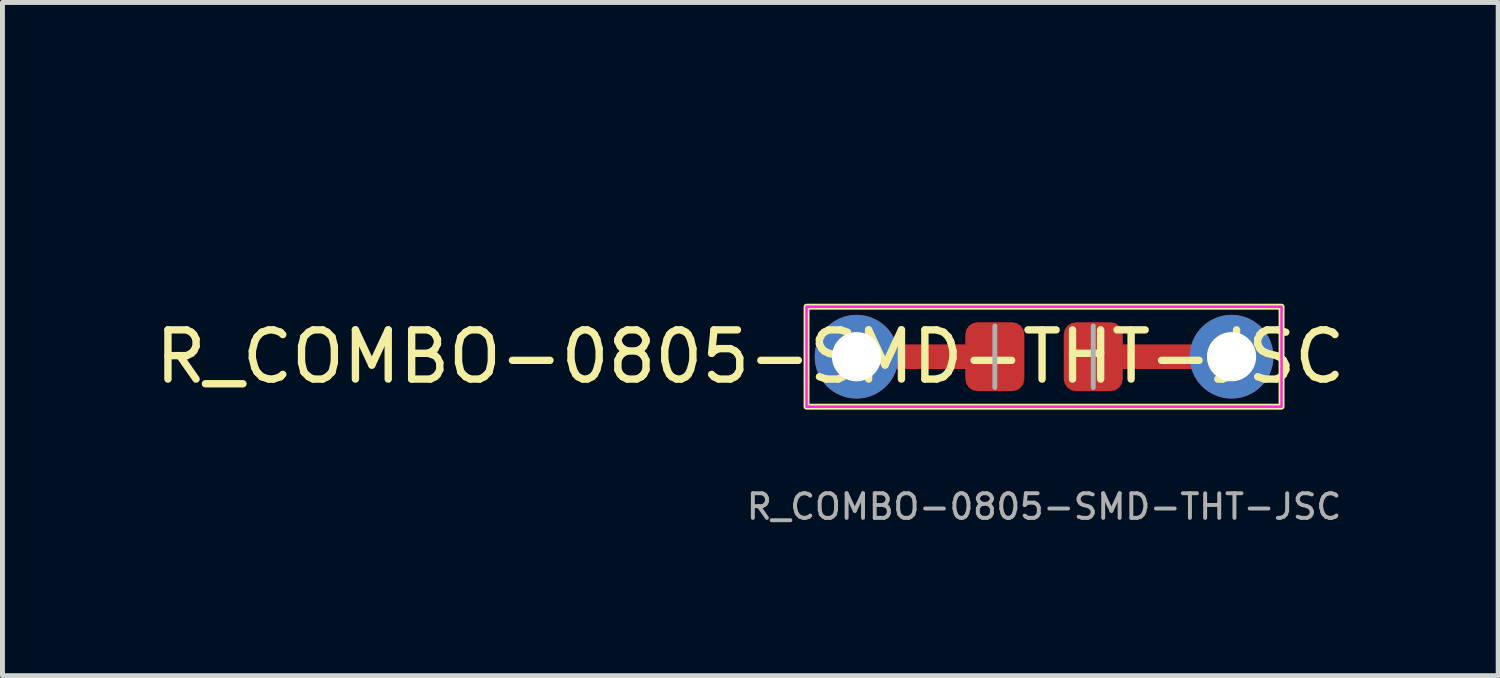
<source format=kicad_pcb>
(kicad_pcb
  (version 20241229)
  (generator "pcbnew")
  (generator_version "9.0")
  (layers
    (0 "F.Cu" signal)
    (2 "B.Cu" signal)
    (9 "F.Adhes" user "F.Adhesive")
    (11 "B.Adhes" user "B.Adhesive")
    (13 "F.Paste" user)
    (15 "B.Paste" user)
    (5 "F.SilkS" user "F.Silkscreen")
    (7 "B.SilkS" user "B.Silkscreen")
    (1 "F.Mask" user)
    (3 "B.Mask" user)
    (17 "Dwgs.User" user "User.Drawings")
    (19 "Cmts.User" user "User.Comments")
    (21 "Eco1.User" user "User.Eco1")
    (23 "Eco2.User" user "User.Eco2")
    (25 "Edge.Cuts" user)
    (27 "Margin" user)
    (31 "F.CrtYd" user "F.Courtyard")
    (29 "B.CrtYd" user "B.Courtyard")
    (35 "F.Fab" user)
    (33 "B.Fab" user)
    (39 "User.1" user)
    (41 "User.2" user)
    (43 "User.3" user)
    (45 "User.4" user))
  (footprint "R_COMBO-0805-SMD-THT-JSC"
    (layer "F.Cu")
    (at 18.165 4.198)
    (property "Reference" "R_COMBO-0805-SMD-THT-JSC" (at -5.969 0 180) (layer "F.SilkS") (effects (font (size 1 1) (thickness 0.15))))
    (attr smd)
    (fp_line (start -1.6 0) (end -3.048 0) (stroke (width 0.5) (type default)) (layer "F.Cu"))
    (fp_line (start 1 0) (end 3.048 0) (stroke (width 0.5) (type default)) (layer "F.Cu"))
    (fp_rect (start -4.826 -1.016) (end 4.826 1.016) (stroke (width 0.12) (type default)) (fill no) (layer "F.SilkS"))
    (fp_rect (start -4.826 -1.016) (end 4.826 1.016) (stroke (width 0.05) (type default)) (fill no) (layer "F.CrtYd"))
    (fp_line (start -1 0.625) (end -1 -0.625) (stroke (width 0.1) (type solid)) (layer "F.Fab"))
    (fp_line (start 1 -0.625) (end 1 0.625) (stroke (width 0.1) (type solid)) (layer "F.Fab"))
    (fp_text user "${REFERENCE}" (at 0 3.048 180) (layer "F.Fab") (effects (font (size 0.5 0.5) (thickness 0.08))))
    (dimension (type aligned) (layer "User.4") (pts (xy 14.355 3.398) (xy 21.975 3.398)) (height -1.4) (format (prefix "") (suffix "") (units 3) (units_format 1) (precision 2)) (style (thickness 0.12) (arrow_length 1.27) (text_position_mode 0) (arrow_direction outward) (extension_height 0.586) (extension_offset 0.5) (keep_text_aligned yes)) (gr_text "7.62 mm" (at 18.165 0.848 0) (layer "User.4") (effects (font (size 1 1) (thickness 0.15)))))
    (pad "" smd roundrect (at -1 0) (size 1.2 1.4) (layers "F.Cu" "F.Mask" "F.Paste") (roundrect_rratio 0.208))
    (pad "" smd roundrect (at 1 0) (size 1.2 1.4) (layers "F.Cu" "F.Mask" "F.Paste") (roundrect_rratio 0.208))
    (pad "1" thru_hole circle (at 3.81 0) (size 1.7 1.7) (drill 1) (layers "*.Cu" "*.Mask"))
    (pad "2" thru_hole circle (at -3.81 0) (size 1.7 1.7) (drill 1) (layers "*.Cu" "*.Mask")))
  (gr_rect
    (start -3 -3)
    (end 27.393 10.679)
    (stroke (width 0.1) (type default))
    (fill no)
    (layer "Edge.Cuts")))
</source>
